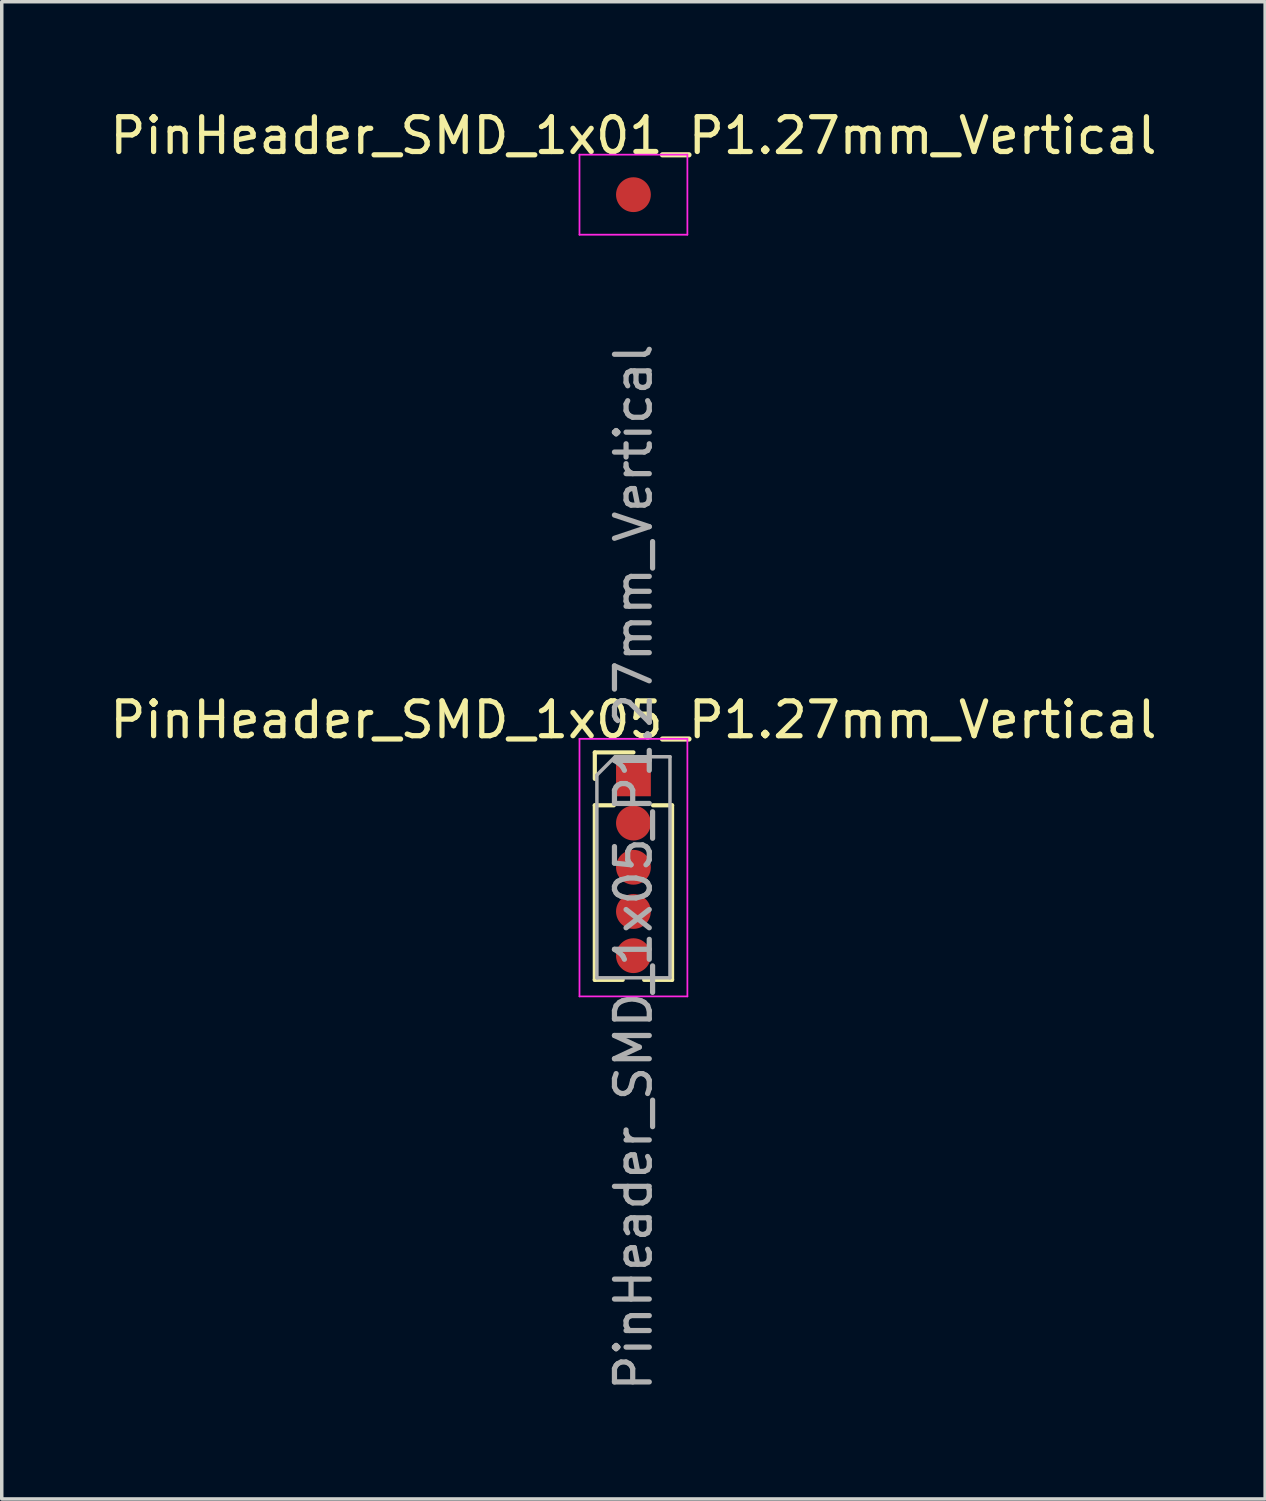
<source format=kicad_pcb>
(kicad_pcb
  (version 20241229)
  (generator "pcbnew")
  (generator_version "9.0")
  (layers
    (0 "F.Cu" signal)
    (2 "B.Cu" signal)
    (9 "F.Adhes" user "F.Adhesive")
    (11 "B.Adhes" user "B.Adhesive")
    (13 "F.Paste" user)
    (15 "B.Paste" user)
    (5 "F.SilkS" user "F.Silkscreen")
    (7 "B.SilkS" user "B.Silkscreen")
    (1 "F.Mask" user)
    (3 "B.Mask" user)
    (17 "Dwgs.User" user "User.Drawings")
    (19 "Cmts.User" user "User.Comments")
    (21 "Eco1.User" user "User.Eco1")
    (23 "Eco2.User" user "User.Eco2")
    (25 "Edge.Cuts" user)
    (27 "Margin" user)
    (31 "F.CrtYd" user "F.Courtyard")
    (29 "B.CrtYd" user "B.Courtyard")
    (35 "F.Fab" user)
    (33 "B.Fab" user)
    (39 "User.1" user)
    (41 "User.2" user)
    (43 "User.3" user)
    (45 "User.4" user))
  (footprint "PinHeader_SMD_1x01_P1.27mm_Vertical"
    (layer "F.Cu")
    (at 15.149 2.543)
    (property "Reference" "PinHeader_SMD_1x01_P1.27mm_Vertical" (at 0 -1.695 0) (layer "F.SilkS") (effects (font (size 1 1) (thickness 0.15))))
    (attr through_hole)
    (fp_line (start -1.55 -1.15) (end -1.55 1.15) (stroke (width 0.05) (type solid)) (layer "F.CrtYd"))
    (fp_line (start -1.55 1.15) (end 1.55 1.15) (stroke (width 0.05) (type solid)) (layer "F.CrtYd"))
    (fp_line (start 1.55 -1.15) (end -1.55 -1.15) (stroke (width 0.05) (type solid)) (layer "F.CrtYd"))
    (fp_line (start 1.55 1.15) (end 1.55 -1.15) (stroke (width 0.05) (type solid)) (layer "F.CrtYd"))
    (pad "1" smd circle (at 0 0) (size 1 1) (layers "F.Cu" "F.Mask" "F.Paste")))
  (footprint "PinHeader_SMD_1x05_P1.27mm_Vertical"
    (layer "F.Cu")
    (at 15.149 19.327)
    (property "Reference" "PinHeader_SMD_1x05_P1.27mm_Vertical" (at 0 -1.695 0) (layer "F.SilkS") (effects (font (size 1 1) (thickness 0.15))))
    (attr through_hole)
    (fp_line (start -1.11 -0.76) (end 0 -0.76) (stroke (width 0.12) (type solid)) (layer "F.SilkS"))
    (fp_line (start -1.11 0) (end -1.11 -0.76) (stroke (width 0.12) (type solid)) (layer "F.SilkS"))
    (fp_line (start -1.11 0.76) (end -1.11 5.775) (stroke (width 0.12) (type solid)) (layer "F.SilkS"))
    (fp_line (start -1.11 0.76) (end -0.563 0.76) (stroke (width 0.12) (type solid)) (layer "F.SilkS"))
    (fp_line (start -1.11 5.775) (end -0.308 5.775) (stroke (width 0.12) (type solid)) (layer "F.SilkS"))
    (fp_line (start 0.308 5.775) (end 1.11 5.775) (stroke (width 0.12) (type solid)) (layer "F.SilkS"))
    (fp_line (start 0.563 0.76) (end 1.11 0.76) (stroke (width 0.12) (type solid)) (layer "F.SilkS"))
    (fp_line (start 1.11 0.76) (end 1.11 5.775) (stroke (width 0.12) (type solid)) (layer "F.SilkS"))
    (fp_line (start -1.55 -1.15) (end -1.55 6.25) (stroke (width 0.05) (type solid)) (layer "F.CrtYd"))
    (fp_line (start -1.55 6.25) (end 1.55 6.25) (stroke (width 0.05) (type solid)) (layer "F.CrtYd"))
    (fp_line (start 1.55 -1.15) (end -1.55 -1.15) (stroke (width 0.05) (type solid)) (layer "F.CrtYd"))
    (fp_line (start 1.55 6.25) (end 1.55 -1.15) (stroke (width 0.05) (type solid)) (layer "F.CrtYd"))
    (fp_line (start -1.05 -0.11) (end -0.525 -0.635) (stroke (width 0.1) (type solid)) (layer "F.Fab"))
    (fp_line (start -1.05 5.715) (end -1.05 -0.11) (stroke (width 0.1) (type solid)) (layer "F.Fab"))
    (fp_line (start -0.525 -0.635) (end 1.05 -0.635) (stroke (width 0.1) (type solid)) (layer "F.Fab"))
    (fp_line (start 1.05 -0.635) (end 1.05 5.715) (stroke (width 0.1) (type solid)) (layer "F.Fab"))
    (fp_line (start 1.05 5.715) (end -1.05 5.715) (stroke (width 0.1) (type solid)) (layer "F.Fab"))
    (fp_text user "${REFERENCE}" (at 0 2.54 90) (layer "F.Fab") (effects (font (size 1 1) (thickness 0.15))))
    (pad "1" smd rect (at 0 0) (size 1 1) (layers "F.Cu" "F.Mask" "F.Paste"))
    (pad "2" smd oval (at 0 1.27) (size 1 1) (layers "F.Cu" "F.Mask" "F.Paste"))
    (pad "3" smd oval (at 0 2.54) (size 1 1) (layers "F.Cu" "F.Mask" "F.Paste"))
    (pad "4" smd oval (at 0 3.81) (size 1 1) (layers "F.Cu" "F.Mask" "F.Paste"))
    (pad "5" smd oval (at 0 5.08) (size 1 1) (layers "F.Cu" "F.Mask" "F.Paste")))
  (gr_rect
    (start -3 -3)
    (end 33.298 40.016)
    (stroke (width 0.1) (type default))
    (fill no)
    (layer "Edge.Cuts")))
</source>
